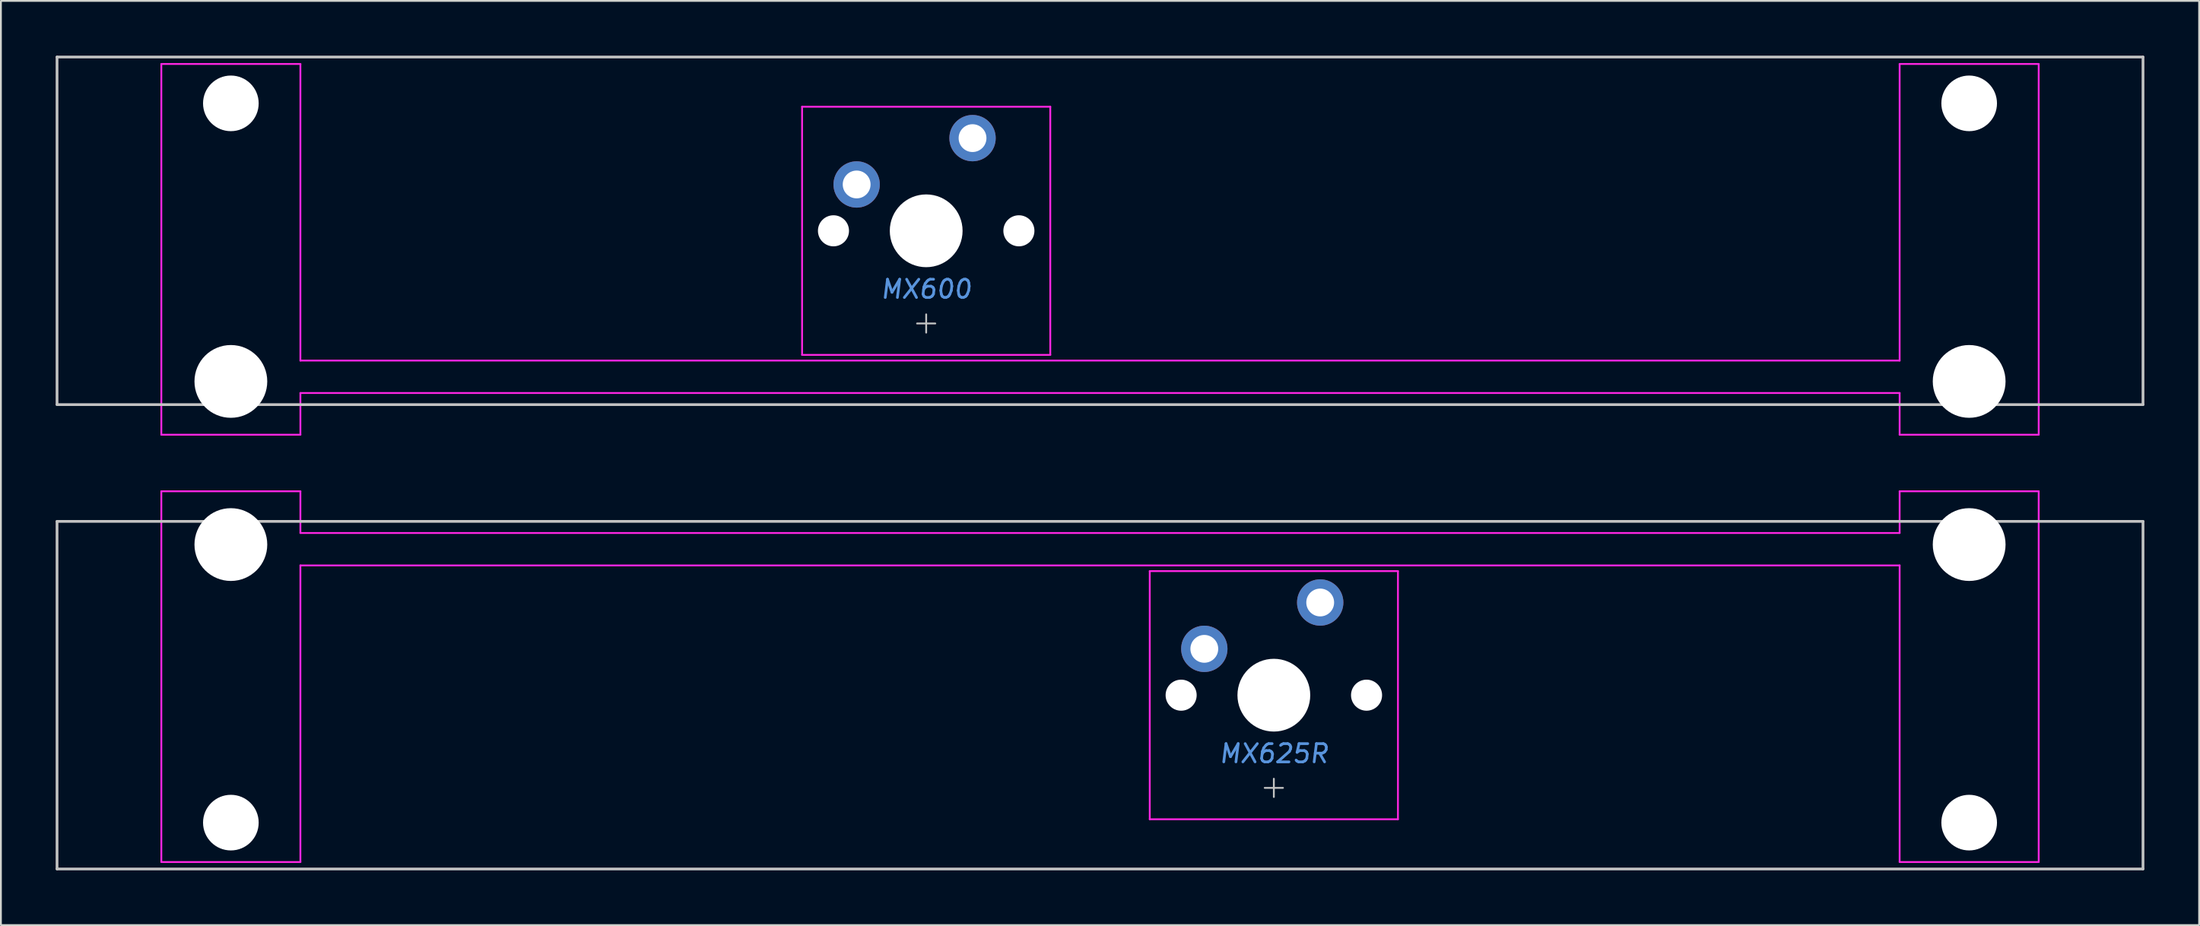
<source format=kicad_pcb>
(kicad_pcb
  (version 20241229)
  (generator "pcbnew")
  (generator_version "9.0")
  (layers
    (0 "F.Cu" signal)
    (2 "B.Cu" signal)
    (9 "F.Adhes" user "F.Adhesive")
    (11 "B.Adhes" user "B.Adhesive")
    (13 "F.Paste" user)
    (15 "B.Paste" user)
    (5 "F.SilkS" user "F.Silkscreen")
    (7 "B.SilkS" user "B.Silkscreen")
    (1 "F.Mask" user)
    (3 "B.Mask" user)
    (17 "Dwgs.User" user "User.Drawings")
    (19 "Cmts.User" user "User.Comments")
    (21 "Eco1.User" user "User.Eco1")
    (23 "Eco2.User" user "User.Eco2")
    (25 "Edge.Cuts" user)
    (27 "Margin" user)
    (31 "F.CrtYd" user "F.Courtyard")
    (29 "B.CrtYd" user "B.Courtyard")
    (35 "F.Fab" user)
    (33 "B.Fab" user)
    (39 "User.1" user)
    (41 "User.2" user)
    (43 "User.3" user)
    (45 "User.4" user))
  (footprint "MX600"
    (layer "F.Cu")
    (at 47.7 9.6)
    (property "Reference" "MX600" (at 0 3.2 0) (layer "Cmts.User") (effects (font (size 1 1) (thickness 0.15) (italic yes))))
    (attr through_hole)
    (fp_line (start -47.625 -9.525) (end -47.625 9.525) (stroke (width 0.15) (type solid)) (layer "Dwgs.User"))
    (fp_line (start 0 5.58) (end 0 4.58) (stroke (width 0.1) (type solid)) (layer "Dwgs.User"))
    (fp_line (start 0.5 5.08) (end -0.5 5.08) (stroke (width 0.1) (type solid)) (layer "Dwgs.User"))
    (fp_line (start 66.675 -9.525) (end -47.625 -9.525) (stroke (width 0.15) (type solid)) (layer "Dwgs.User"))
    (fp_line (start 66.675 9.525) (end -47.625 9.525) (stroke (width 0.15) (type solid)) (layer "Dwgs.User"))
    (fp_line (start 66.675 9.525) (end 66.675 -9.525) (stroke (width 0.15) (type solid)) (layer "Dwgs.User"))
    (fp_line (start -41.6 8.515) (end -41.6 -5.485) (stroke (width 0.1) (type solid)) (layer "Eco1.User"))
    (fp_line (start -41.1 9.015) (end -35.1 9.015) (stroke (width 0.1) (type solid)) (layer "Eco1.User"))
    (fp_line (start -35.1 -5.985) (end -41.1 -5.985) (stroke (width 0.1) (type solid)) (layer "Eco1.User"))
    (fp_line (start -34.6 -5.485) (end -34.6 8.515) (stroke (width 0.1) (type solid)) (layer "Eco1.User"))
    (fp_line (start -7 6.5) (end -7 -6.5) (stroke (width 0.1) (type solid)) (layer "Eco1.User"))
    (fp_line (start -6.5 -7) (end 6.5 -7) (stroke (width 0.1) (type solid)) (layer "Eco1.User"))
    (fp_line (start 6.5 7) (end -6.5 7) (stroke (width 0.1) (type solid)) (layer "Eco1.User"))
    (fp_line (start 7 -6.5) (end 7 6.5) (stroke (width 0.1) (type solid)) (layer "Eco1.User"))
    (fp_line (start 53.65 8.515) (end 53.65 -5.485) (stroke (width 0.1) (type solid)) (layer "Eco1.User"))
    (fp_line (start 54.15 9.015) (end 60.15 9.015) (stroke (width 0.1) (type solid)) (layer "Eco1.User"))
    (fp_line (start 60.15 -5.985) (end 54.15 -5.985) (stroke (width 0.1) (type solid)) (layer "Eco1.User"))
    (fp_line (start 60.65 -5.485) (end 60.65 8.515) (stroke (width 0.1) (type solid)) (layer "Eco1.User"))
    (fp_arc (start -41.6 -5.485) (mid -41.453553 -5.838553) (end -41.1 -5.985) (stroke (width 0.1) (type solid)) (layer "Eco1.User"))
    (fp_arc (start -41.1 9.015) (mid -41.453553 8.868553) (end -41.6 8.515) (stroke (width 0.1) (type solid)) (layer "Eco1.User"))
    (fp_arc (start -35.1 -5.985) (mid -34.746447 -5.838553) (end -34.6 -5.485) (stroke (width 0.1) (type solid)) (layer "Eco1.User"))
    (fp_arc (start -34.6 8.515) (mid -34.746447 8.868553) (end -35.1 9.015) (stroke (width 0.1) (type solid)) (layer "Eco1.User"))
    (fp_arc (start -7 -6.5) (mid -6.853553 -6.853553) (end -6.5 -7) (stroke (width 0.1) (type solid)) (layer "Eco1.User"))
    (fp_arc (start -6.5 7) (mid -6.853553 6.853553) (end -7 6.5) (stroke (width 0.1) (type solid)) (layer "Eco1.User"))
    (fp_arc (start 6.5 -7) (mid 6.853553 -6.853553) (end 7 -6.5) (stroke (width 0.1) (type solid)) (layer "Eco1.User"))
    (fp_arc (start 7 6.5) (mid 6.853553 6.853553) (end 6.5 7) (stroke (width 0.1) (type solid)) (layer "Eco1.User"))
    (fp_arc (start 53.65 -5.485) (mid 53.796447 -5.838553) (end 54.15 -5.985) (stroke (width 0.1) (type solid)) (layer "Eco1.User"))
    (fp_arc (start 54.15 9.015) (mid 53.796447 8.868553) (end 53.65 8.515) (stroke (width 0.1) (type solid)) (layer "Eco1.User"))
    (fp_arc (start 60.15 -5.985) (mid 60.503553 -5.838553) (end 60.65 -5.485) (stroke (width 0.1) (type solid)) (layer "Eco1.User"))
    (fp_arc (start 60.65 8.515) (mid 60.503553 8.868553) (end 60.15 9.015) (stroke (width 0.1) (type solid)) (layer "Eco1.User"))
    (fp_line (start -41.91 -9.144) (end -41.91 11.176) (stroke (width 0.1) (type solid)) (layer "F.CrtYd"))
    (fp_line (start -34.29 -9.144) (end -41.91 -9.144) (stroke (width 0.1) (type solid)) (layer "F.CrtYd"))
    (fp_line (start -34.29 7.112) (end -34.29 -9.144) (stroke (width 0.1) (type solid)) (layer "F.CrtYd"))
    (fp_line (start -34.29 8.89) (end -34.29 11.176) (stroke (width 0.1) (type solid)) (layer "F.CrtYd"))
    (fp_line (start -34.29 11.176) (end -41.91 11.176) (stroke (width 0.1) (type solid)) (layer "F.CrtYd"))
    (fp_line (start -6.8 6.8) (end -6.8 -6.8) (stroke (width 0.1) (type solid)) (layer "F.CrtYd"))
    (fp_line (start 6.8 -6.8) (end -6.8 -6.8) (stroke (width 0.1) (type solid)) (layer "F.CrtYd"))
    (fp_line (start 6.8 -6.8) (end 6.8 6.8) (stroke (width 0.1) (type solid)) (layer "F.CrtYd"))
    (fp_line (start 6.8 6.8) (end -6.8 6.8) (stroke (width 0.1) (type solid)) (layer "F.CrtYd"))
    (fp_line (start 53.34 7.112) (end -34.29 7.112) (stroke (width 0.1) (type solid)) (layer "F.CrtYd"))
    (fp_line (start 53.34 7.112) (end 53.34 -9.144) (stroke (width 0.1) (type solid)) (layer "F.CrtYd"))
    (fp_line (start 53.34 8.89) (end -34.29 8.89) (stroke (width 0.1) (type solid)) (layer "F.CrtYd"))
    (fp_line (start 53.34 8.89) (end 53.34 11.176) (stroke (width 0.1) (type solid)) (layer "F.CrtYd"))
    (fp_line (start 60.96 -9.144) (end 53.34 -9.144) (stroke (width 0.1) (type solid)) (layer "F.CrtYd"))
    (fp_line (start 60.96 -9.144) (end 60.96 11.176) (stroke (width 0.1) (type solid)) (layer "F.CrtYd"))
    (fp_line (start 60.96 11.176) (end 53.34 11.176) (stroke (width 0.1) (type solid)) (layer "F.CrtYd"))
    (pad "" np_thru_hole circle (at -38.1 -6.985 180) (size 3.048 3.048) (drill 3.048) (layers "*.Cu" "*.Mask"))
    (pad "" np_thru_hole circle (at -38.1 8.255 180) (size 3.988 3.988) (drill 3.988) (layers "*.Cu" "*.Mask"))
    (pad "" np_thru_hole circle (at -5.08 0) (size 1.702 1.702) (drill 1.702) (layers "*.Cu" "*.Mask"))
    (pad "" np_thru_hole circle (at 0 0) (size 3.988 3.988) (drill 3.988) (layers "*.Cu" "*.Mask"))
    (pad "" np_thru_hole circle (at 5.08 0) (size 1.702 1.702) (drill 1.702) (layers "*.Cu" "*.Mask"))
    (pad "" np_thru_hole circle (at 57.15 -6.985 180) (size 3.048 3.048) (drill 3.048) (layers "*.Cu" "*.Mask"))
    (pad "" np_thru_hole circle (at 57.15 8.255 180) (size 3.988 3.988) (drill 3.988) (layers "*.Cu" "*.Mask"))
    (pad "1" thru_hole circle (at 2.54 -5.08) (size 2.54 2.54) (drill 1.524) (layers "*.Cu" "*.Mask"))
    (pad "2" thru_hole circle (at -3.81 -2.54) (size 2.54 2.54) (drill 1.524) (layers "*.Cu" "*.Mask")))
  (footprint "MX625R"
    (layer "F.Cu")
    (at 66.75 35.052)
    (property "Reference" "MX625R" (at 0 3.2 0) (layer "Cmts.User") (effects (font (size 1 1) (thickness 0.15) (italic yes))))
    (attr through_hole)
    (fp_line (start -66.675 -9.525) (end -66.675 9.525) (stroke (width 0.15) (type solid)) (layer "Dwgs.User"))
    (fp_line (start -66.675 -9.525) (end 47.625 -9.525) (stroke (width 0.15) (type solid)) (layer "Dwgs.User"))
    (fp_line (start -66.675 9.525) (end 47.625 9.525) (stroke (width 0.15) (type solid)) (layer "Dwgs.User"))
    (fp_line (start 0 5.58) (end 0 4.58) (stroke (width 0.1) (type solid)) (layer "Dwgs.User"))
    (fp_line (start 0.5 5.08) (end -0.5 5.08) (stroke (width 0.1) (type solid)) (layer "Dwgs.User"))
    (fp_line (start 47.625 9.525) (end 47.625 -9.525) (stroke (width 0.15) (type solid)) (layer "Dwgs.User"))
    (fp_line (start -60.65 5.485) (end -60.65 -8.515) (stroke (width 0.1) (type solid)) (layer "Eco1.User"))
    (fp_line (start -60.15 5.985) (end -54.15 5.985) (stroke (width 0.1) (type solid)) (layer "Eco1.User"))
    (fp_line (start -54.15 -9.015) (end -60.15 -9.015) (stroke (width 0.1) (type solid)) (layer "Eco1.User"))
    (fp_line (start -53.65 -8.515) (end -53.65 5.485) (stroke (width 0.1) (type solid)) (layer "Eco1.User"))
    (fp_line (start -7 6.5) (end -7 -6.5) (stroke (width 0.1) (type solid)) (layer "Eco1.User"))
    (fp_line (start -6.5 -7) (end 6.5 -7) (stroke (width 0.1) (type solid)) (layer "Eco1.User"))
    (fp_line (start 6.5 7) (end -6.5 7) (stroke (width 0.1) (type solid)) (layer "Eco1.User"))
    (fp_line (start 7 -6.5) (end 7 6.5) (stroke (width 0.1) (type solid)) (layer "Eco1.User"))
    (fp_line (start 34.6 5.485) (end 34.6 -8.515) (stroke (width 0.1) (type solid)) (layer "Eco1.User"))
    (fp_line (start 35.1 5.985) (end 41.1 5.985) (stroke (width 0.1) (type solid)) (layer "Eco1.User"))
    (fp_line (start 41.1 -9.015) (end 35.1 -9.015) (stroke (width 0.1) (type solid)) (layer "Eco1.User"))
    (fp_line (start 41.6 -8.515) (end 41.6 5.485) (stroke (width 0.1) (type solid)) (layer "Eco1.User"))
    (fp_arc (start -60.65 -8.515) (mid -60.503553 -8.868553) (end -60.15 -9.015) (stroke (width 0.1) (type solid)) (layer "Eco1.User"))
    (fp_arc (start -60.15 5.985) (mid -60.503553 5.838553) (end -60.65 5.485) (stroke (width 0.1) (type solid)) (layer "Eco1.User"))
    (fp_arc (start -54.15 -9.015) (mid -53.796447 -8.868553) (end -53.65 -8.515) (stroke (width 0.1) (type solid)) (layer "Eco1.User"))
    (fp_arc (start -53.65 5.485) (mid -53.796447 5.838553) (end -54.15 5.985) (stroke (width 0.1) (type solid)) (layer "Eco1.User"))
    (fp_arc (start -7 -6.5) (mid -6.853553 -6.853553) (end -6.5 -7) (stroke (width 0.1) (type solid)) (layer "Eco1.User"))
    (fp_arc (start -6.5 7) (mid -6.853553 6.853553) (end -7 6.5) (stroke (width 0.1) (type solid)) (layer "Eco1.User"))
    (fp_arc (start 6.5 -7) (mid 6.853553 -6.853553) (end 7 -6.5) (stroke (width 0.1) (type solid)) (layer "Eco1.User"))
    (fp_arc (start 7 6.5) (mid 6.853553 6.853553) (end 6.5 7) (stroke (width 0.1) (type solid)) (layer "Eco1.User"))
    (fp_arc (start 34.6 -8.515) (mid 34.746447 -8.868553) (end 35.1 -9.015) (stroke (width 0.1) (type solid)) (layer "Eco1.User"))
    (fp_arc (start 35.1 5.985) (mid 34.746447 5.838553) (end 34.6 5.485) (stroke (width 0.1) (type solid)) (layer "Eco1.User"))
    (fp_arc (start 41.1 -9.015) (mid 41.453553 -8.868553) (end 41.6 -8.515) (stroke (width 0.1) (type solid)) (layer "Eco1.User"))
    (fp_arc (start 41.6 5.485) (mid 41.453553 5.838553) (end 41.1 5.985) (stroke (width 0.1) (type solid)) (layer "Eco1.User"))
    (fp_line (start -60.96 -11.176) (end -53.34 -11.176) (stroke (width 0.1) (type solid)) (layer "F.CrtYd"))
    (fp_line (start -60.96 9.144) (end -60.96 -11.176) (stroke (width 0.1) (type solid)) (layer "F.CrtYd"))
    (fp_line (start -60.96 9.144) (end -53.34 9.144) (stroke (width 0.1) (type solid)) (layer "F.CrtYd"))
    (fp_line (start -53.34 -8.89) (end -53.34 -11.176) (stroke (width 0.1) (type solid)) (layer "F.CrtYd"))
    (fp_line (start -53.34 -8.89) (end 34.29 -8.89) (stroke (width 0.1) (type solid)) (layer "F.CrtYd"))
    (fp_line (start -53.34 -7.112) (end -53.34 9.144) (stroke (width 0.1) (type solid)) (layer "F.CrtYd"))
    (fp_line (start -53.34 -7.112) (end 34.29 -7.112) (stroke (width 0.1) (type solid)) (layer "F.CrtYd"))
    (fp_line (start -6.8 6.8) (end -6.8 -6.8) (stroke (width 0.1) (type solid)) (layer "F.CrtYd"))
    (fp_line (start 6.8 -6.8) (end -6.8 -6.8) (stroke (width 0.1) (type solid)) (layer "F.CrtYd"))
    (fp_line (start 6.8 -6.8) (end 6.8 6.8) (stroke (width 0.1) (type solid)) (layer "F.CrtYd"))
    (fp_line (start 6.8 6.8) (end -6.8 6.8) (stroke (width 0.1) (type solid)) (layer "F.CrtYd"))
    (fp_line (start 34.29 -11.176) (end 41.91 -11.176) (stroke (width 0.1) (type solid)) (layer "F.CrtYd"))
    (fp_line (start 34.29 -8.89) (end 34.29 -11.176) (stroke (width 0.1) (type solid)) (layer "F.CrtYd"))
    (fp_line (start 34.29 -7.112) (end 34.29 9.144) (stroke (width 0.1) (type solid)) (layer "F.CrtYd"))
    (fp_line (start 34.29 9.144) (end 41.91 9.144) (stroke (width 0.1) (type solid)) (layer "F.CrtYd"))
    (fp_line (start 41.91 9.144) (end 41.91 -11.176) (stroke (width 0.1) (type solid)) (layer "F.CrtYd"))
    (pad "" np_thru_hole circle (at -57.15 -8.255) (size 3.988 3.988) (drill 3.988) (layers "*.Cu" "*.Mask"))
    (pad "" np_thru_hole circle (at -57.15 6.985) (size 3.048 3.048) (drill 3.048) (layers "*.Cu" "*.Mask"))
    (pad "" np_thru_hole circle (at -5.08 0) (size 1.702 1.702) (drill 1.702) (layers "*.Cu" "*.Mask"))
    (pad "" np_thru_hole circle (at 0 0) (size 3.988 3.988) (drill 3.988) (layers "*.Cu" "*.Mask"))
    (pad "" np_thru_hole circle (at 5.08 0) (size 1.702 1.702) (drill 1.702) (layers "*.Cu" "*.Mask"))
    (pad "" np_thru_hole circle (at 38.1 -8.255) (size 3.988 3.988) (drill 3.988) (layers "*.Cu" "*.Mask"))
    (pad "" np_thru_hole circle (at 38.1 6.985) (size 3.048 3.048) (drill 3.048) (layers "*.Cu" "*.Mask"))
    (pad "1" thru_hole circle (at 2.54 -5.08) (size 2.54 2.54) (drill 1.524) (layers "*.Cu" "*.Mask"))
    (pad "2" thru_hole circle (at -3.81 -2.54) (size 2.54 2.54) (drill 1.524) (layers "*.Cu" "*.Mask")))
  (gr_rect
    (start -3 -3)
    (end 117.45 47.652)
    (stroke (width 0.1) (type default))
    (fill no)
    (layer "Edge.Cuts")))
</source>
